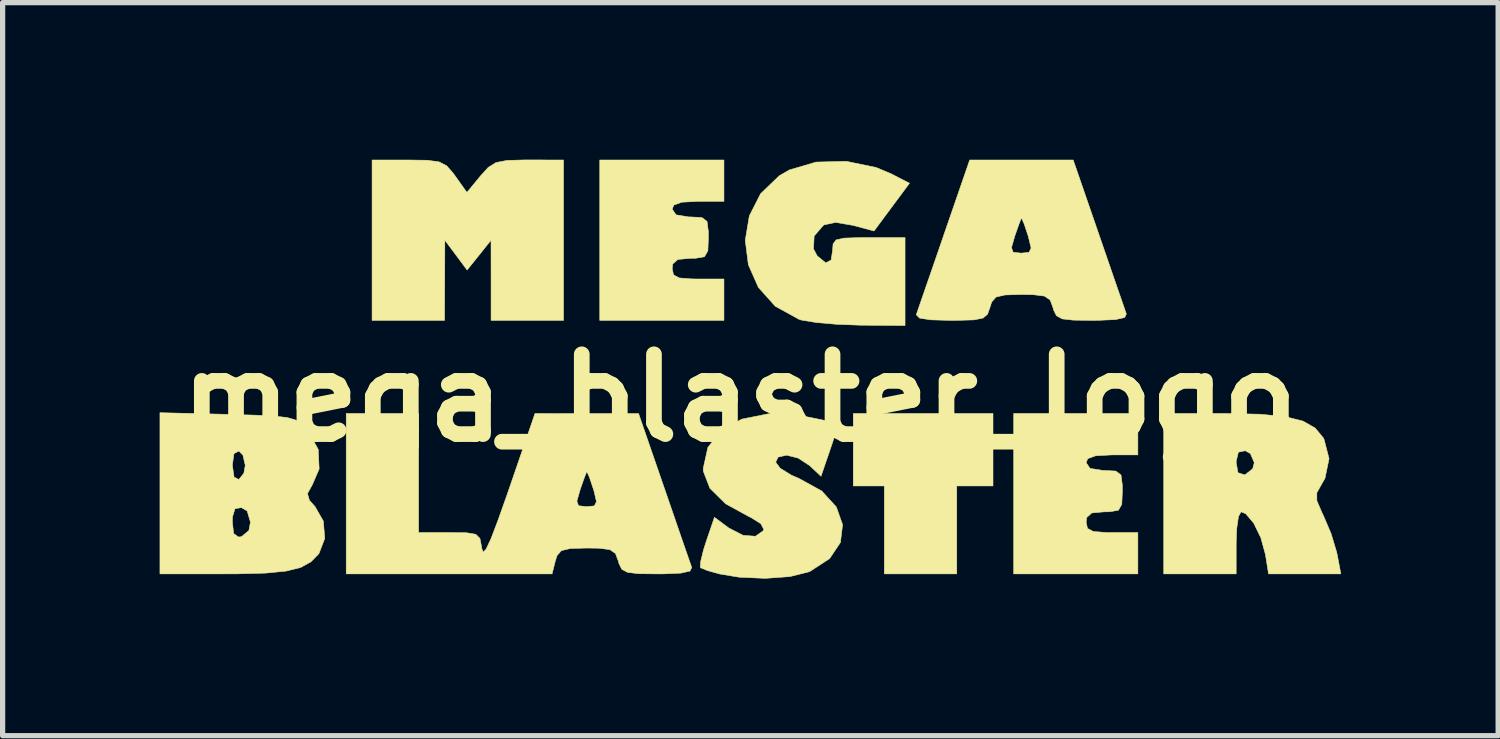
<source format=kicad_pcb>
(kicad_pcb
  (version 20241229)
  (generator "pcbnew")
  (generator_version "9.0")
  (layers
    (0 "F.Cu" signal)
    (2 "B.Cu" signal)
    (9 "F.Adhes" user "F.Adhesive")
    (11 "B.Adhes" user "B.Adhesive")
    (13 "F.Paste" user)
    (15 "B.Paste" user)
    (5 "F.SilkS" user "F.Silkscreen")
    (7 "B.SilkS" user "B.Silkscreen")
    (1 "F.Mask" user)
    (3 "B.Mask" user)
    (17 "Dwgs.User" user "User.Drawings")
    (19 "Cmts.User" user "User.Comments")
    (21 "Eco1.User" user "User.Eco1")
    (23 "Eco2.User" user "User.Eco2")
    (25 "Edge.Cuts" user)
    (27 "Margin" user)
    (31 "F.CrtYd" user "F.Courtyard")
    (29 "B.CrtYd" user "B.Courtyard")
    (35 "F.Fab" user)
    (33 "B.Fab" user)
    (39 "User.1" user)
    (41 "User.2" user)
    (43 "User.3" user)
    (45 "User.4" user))
  (footprint "mega_blaster_logo"
    (layer "F.Cu")
    (at 11.074 4.552)
    (property "Reference" "mega_blaster_logo" (at 0 0 0) (layer "F.SilkS") (effects (font (size 1.524 1.524) (thickness 0.3))))
    (attr through_hole)
    (fp_poly (pts (xy 4.843 1.68) (xy 4.151 1.68) (xy 4.151 3.36) (xy 2.767 3.36) (xy 2.767 1.68) (xy 2.174 1.68) (xy 2.174 0.296) (xy 4.843 0.296) (xy 4.843 1.68)) (stroke (width 0.01) (type solid)) (fill yes) (layer "F.SilkS"))
    (fp_poly (pts (xy -3.36 -4.546) (xy -3.36 -1.482) (xy -4.744 -1.482) (xy -4.744 -2.248) (xy -4.745 -3.014) (xy -4.973 -2.729) (xy -5.202 -2.444) (xy -5.414 -2.729) (xy -5.627 -3.014) (xy -5.63 -2.248) (xy -5.633 -1.482) (xy -7.017 -1.482) (xy -7.017 -4.546) (xy -6.332 -4.546) (xy -5.966 -4.541) (xy -5.74 -4.511) (xy -5.594 -4.437) (xy -5.471 -4.298) (xy -5.426 -4.236) (xy -5.206 -3.926) (xy -4.95 -4.237) (xy -4.799 -4.404) (xy -4.65 -4.497) (xy -4.439 -4.538) (xy -4.105 -4.547) (xy -4.027 -4.547) (xy -3.36 -4.546)) (stroke (width 0.01) (type solid)) (fill yes) (layer "F.SilkS"))
    (fp_poly (pts (xy -0.296 -3.756) (xy -0.791 -3.756) (xy -1.101 -3.74) (xy -1.253 -3.685) (xy -1.285 -3.607) (xy -1.21 -3.498) (xy -0.97 -3.459) (xy -0.939 -3.459) (xy -0.717 -3.447) (xy -0.619 -3.373) (xy -0.594 -3.18) (xy -0.593 -3.064) (xy -0.603 -2.811) (xy -0.668 -2.698) (xy -0.837 -2.669) (xy -0.939 -2.668) (xy -1.177 -2.646) (xy -1.274 -2.56) (xy -1.285 -2.471) (xy -1.259 -2.352) (xy -1.148 -2.293) (xy -0.905 -2.274) (xy -0.791 -2.273) (xy -0.296 -2.273) (xy -0.296 -1.482) (xy -2.668 -1.482) (xy -2.668 -4.546) (xy -0.296 -4.546) (xy -0.296 -3.756)) (stroke (width 0.01) (type solid)) (fill yes) (layer "F.SilkS"))
    (fp_poly (pts (xy 7.61 1.087) (xy 7.116 1.087) (xy 6.805 1.103) (xy 6.653 1.158) (xy 6.622 1.235) (xy 6.697 1.345) (xy 6.936 1.383) (xy 6.968 1.384) (xy 7.189 1.396) (xy 7.288 1.47) (xy 7.313 1.662) (xy 7.314 1.779) (xy 7.303 2.032) (xy 7.238 2.145) (xy 7.07 2.173) (xy 6.968 2.174) (xy 6.729 2.196) (xy 6.633 2.283) (xy 6.622 2.372) (xy 6.648 2.491) (xy 6.758 2.55) (xy 7.002 2.569) (xy 7.116 2.57) (xy 7.61 2.57) (xy 7.61 3.36) (xy 5.238 3.36) (xy 5.238 0.296) (xy 7.61 0.296) (xy 7.61 1.087)) (stroke (width 0.01) (type solid)) (fill yes) (layer "F.SilkS"))
    (fp_poly (pts (xy 2.611 -4.403) (xy 2.892 -4.285) (xy 3.248 -4.102) (xy 2.909 -3.646) (xy 2.571 -3.19) (xy 2.171 -3.297) (xy 1.837 -3.354) (xy 1.618 -3.307) (xy 1.602 -3.297) (xy 1.427 -3.094) (xy 1.414 -2.848) (xy 1.486 -2.713) (xy 1.649 -2.581) (xy 1.751 -2.635) (xy 1.779 -2.817) (xy 1.789 -2.946) (xy 1.848 -3.02) (xy 2 -3.054) (xy 2.286 -3.063) (xy 2.471 -3.064) (xy 3.163 -3.064) (xy 3.163 -1.384) (xy 2.298 -1.391) (xy 1.864 -1.407) (xy 1.473 -1.441) (xy 1.19 -1.487) (xy 1.137 -1.503) (xy 0.685 -1.752) (xy 0.362 -2.112) (xy 0.17 -2.546) (xy 0.111 -3.014) (xy 0.189 -3.479) (xy 0.404 -3.902) (xy 0.761 -4.245) (xy 0.953 -4.356) (xy 1.463 -4.506) (xy 2.04 -4.521) (xy 2.611 -4.403)) (stroke (width 0.01) (type solid)) (fill yes) (layer "F.SilkS"))
    (fp_poly (pts (xy 9.942 0.31) (xy 10.421 0.356) (xy 10.763 0.441) (xy 10.997 0.574) (xy 11.152 0.762) (xy 11.165 0.785) (xy 11.262 1.159) (xy 11.184 1.535) (xy 11.115 1.655) (xy 11.028 1.811) (xy 11.029 1.962) (xy 11.125 2.187) (xy 11.156 2.25) (xy 11.301 2.592) (xy 11.407 2.944) (xy 11.418 2.994) (xy 11.487 3.36) (xy 10.106 3.36) (xy 10.047 2.99) (xy 9.959 2.67) (xy 9.823 2.391) (xy 9.671 2.211) (xy 9.581 2.174) (xy 9.532 2.264) (xy 9.498 2.497) (xy 9.488 2.767) (xy 9.488 3.36) (xy 8.104 3.36) (xy 8.104 1.235) (xy 9.488 1.235) (xy 9.522 1.427) (xy 9.643 1.467) (xy 9.661 1.464) (xy 9.803 1.352) (xy 9.834 1.235) (xy 9.759 1.061) (xy 9.661 1.007) (xy 9.53 1.034) (xy 9.488 1.208) (xy 9.488 1.235) (xy 8.104 1.235) (xy 8.104 0.296) (xy 9.295 0.296) (xy 9.942 0.31)) (stroke (width 0.01) (type solid)) (fill yes) (layer "F.SilkS"))
    (fp_poly (pts (xy -9.776 0.313) (xy -9.248 0.328) (xy -8.881 0.346) (xy -8.636 0.374) (xy -8.477 0.421) (xy -8.365 0.494) (xy -8.264 0.6) (xy -8.244 0.623) (xy -8.046 0.981) (xy -8.028 1.355) (xy -8.157 1.655) (xy -8.251 1.825) (xy -8.213 1.957) (xy -8.108 2.072) (xy -7.948 2.352) (xy -7.921 2.683) (xy -8.033 2.974) (xy -8.184 3.128) (xy -8.38 3.237) (xy -8.659 3.306) (xy -9.053 3.345) (xy -9.598 3.359) (xy -9.827 3.36) (xy -11.069 3.36) (xy -11.069 2.372) (xy -9.686 2.372) (xy -9.661 2.589) (xy -9.57 2.655) (xy -9.513 2.65) (xy -9.37 2.532) (xy -9.34 2.372) (xy -9.403 2.158) (xy -9.513 2.094) (xy -9.636 2.115) (xy -9.683 2.27) (xy -9.686 2.372) (xy -11.069 2.372) (xy -11.069 1.285) (xy -9.686 1.285) (xy -9.653 1.511) (xy -9.562 1.557) (xy -9.466 1.437) (xy -9.439 1.285) (xy -9.485 1.089) (xy -9.562 1.013) (xy -9.656 1.064) (xy -9.686 1.285) (xy -11.069 1.285) (xy -11.069 0.281) (xy -9.776 0.313)) (stroke (width 0.01) (type solid)) (fill yes) (layer "F.SilkS"))
    (fp_poly (pts (xy 0.982 0.315) (xy 1.294 0.36) (xy 1.588 0.42) (xy 1.803 0.482) (xy 1.878 0.531) (xy 1.849 0.631) (xy 1.775 0.859) (xy 1.718 1.027) (xy 1.558 1.495) (xy 1.341 1.291) (xy 1.122 1.148) (xy 0.901 1.092) (xy 0.738 1.129) (xy 0.692 1.227) (xy 0.777 1.341) (xy 0.992 1.474) (xy 1.141 1.539) (xy 1.573 1.777) (xy 1.851 2.082) (xy 1.97 2.42) (xy 1.929 2.759) (xy 1.723 3.067) (xy 1.349 3.311) (xy 1.324 3.321) (xy 0.965 3.411) (xy 0.495 3.445) (xy -0.004 3.423) (xy -0.376 3.362) (xy -0.609 3.297) (xy -0.741 3.244) (xy -0.746 3.24) (xy -0.742 3.13) (xy -0.685 2.897) (xy -0.634 2.738) (xy -0.478 2.279) (xy -0.202 2.484) (xy 0.069 2.623) (xy 0.306 2.641) (xy 0.454 2.536) (xy 0.465 2.509) (xy 0.409 2.402) (xy 0.224 2.285) (xy 0.188 2.269) (xy -0.264 2.021) (xy -0.564 1.725) (xy -0.689 1.401) (xy -0.692 1.347) (xy -0.603 0.944) (xy -0.35 0.624) (xy 0.043 0.404) (xy 0.553 0.302) (xy 0.713 0.297) (xy 0.982 0.315)) (stroke (width 0.01) (type solid)) (fill yes) (layer "F.SilkS"))
    (fp_poly (pts (xy 6.861 -3.138) (xy 7.034 -2.636) (xy 7.185 -2.197) (xy 7.304 -1.855) (xy 7.376 -1.647) (xy 7.39 -1.606) (xy 7.358 -1.537) (xy 7.184 -1.498) (xy 6.844 -1.483) (xy 6.742 -1.482) (xy 6.378 -1.487) (xy 6.165 -1.511) (xy 6.055 -1.571) (xy 6.001 -1.681) (xy 5.988 -1.73) (xy 5.934 -1.873) (xy 5.827 -1.946) (xy 5.614 -1.973) (xy 5.386 -1.977) (xy 5.072 -1.968) (xy 4.901 -1.928) (xy 4.818 -1.833) (xy 4.785 -1.73) (xy 4.739 -1.6) (xy 4.652 -1.526) (xy 4.478 -1.492) (xy 4.168 -1.483) (xy 4.031 -1.482) (xy 3.65 -1.493) (xy 3.441 -1.526) (xy 3.379 -1.588) (xy 3.383 -1.606) (xy 3.429 -1.739) (xy 3.527 -2.023) (xy 3.665 -2.421) (xy 3.821 -2.873) (xy 5.196 -2.873) (xy 5.228 -2.784) (xy 5.375 -2.767) (xy 5.382 -2.767) (xy 5.531 -2.782) (xy 5.571 -2.864) (xy 5.522 -3.068) (xy 5.509 -3.113) (xy 5.436 -3.331) (xy 5.389 -3.434) (xy 5.384 -3.434) (xy 5.344 -3.334) (xy 5.269 -3.121) (xy 5.258 -3.089) (xy 5.196 -2.873) (xy 3.821 -2.873) (xy 3.83 -2.898) (xy 3.912 -3.138) (xy 4.398 -4.546) (xy 6.375 -4.546) (xy 6.861 -3.138)) (stroke (width 0.01) (type solid)) (fill yes) (layer "F.SilkS"))
    (fp_poly (pts (xy -6.128 2.57) (xy -5.541 2.57) (xy -5.214 2.574) (xy -5.036 2.604) (xy -4.957 2.682) (xy -4.927 2.834) (xy -4.923 2.869) (xy -4.897 2.944) (xy -4.841 2.89) (xy -4.748 2.694) (xy -4.613 2.34) (xy -4.482 1.97) (xy -3.105 1.97) (xy -3.074 2.058) (xy -2.927 2.075) (xy -2.92 2.075) (xy -2.771 2.061) (xy -2.731 1.979) (xy -2.779 1.774) (xy -2.793 1.73) (xy -2.866 1.512) (xy -2.913 1.409) (xy -2.917 1.408) (xy -2.958 1.509) (xy -3.033 1.722) (xy -3.044 1.754) (xy -3.105 1.97) (xy -4.482 1.97) (xy -4.427 1.814) (xy -4.399 1.733) (xy -3.905 0.296) (xy -1.927 0.297) (xy -1.441 1.705) (xy -1.268 2.206) (xy -1.117 2.646) (xy -0.998 2.988) (xy -0.926 3.196) (xy -0.912 3.237) (xy -0.944 3.305) (xy -1.118 3.345) (xy -1.458 3.36) (xy -1.56 3.36) (xy -1.924 3.356) (xy -2.137 3.331) (xy -2.247 3.272) (xy -2.301 3.162) (xy -2.314 3.113) (xy -2.368 2.97) (xy -2.475 2.896) (xy -2.688 2.869) (xy -2.916 2.866) (xy -3.23 2.875) (xy -3.401 2.915) (xy -3.484 3.01) (xy -3.517 3.113) (xy -3.579 3.36) (xy -7.511 3.36) (xy -7.511 0.296) (xy -6.128 0.296) (xy -6.128 2.57)) (stroke (width 0.01) (type solid)) (fill yes) (layer "F.SilkS")))
  (gr_rect
    (start -3 -3)
    (end 25.566 11.002)
    (stroke (width 0.1) (type default))
    (fill no)
    (layer "Edge.Cuts")))
</source>
